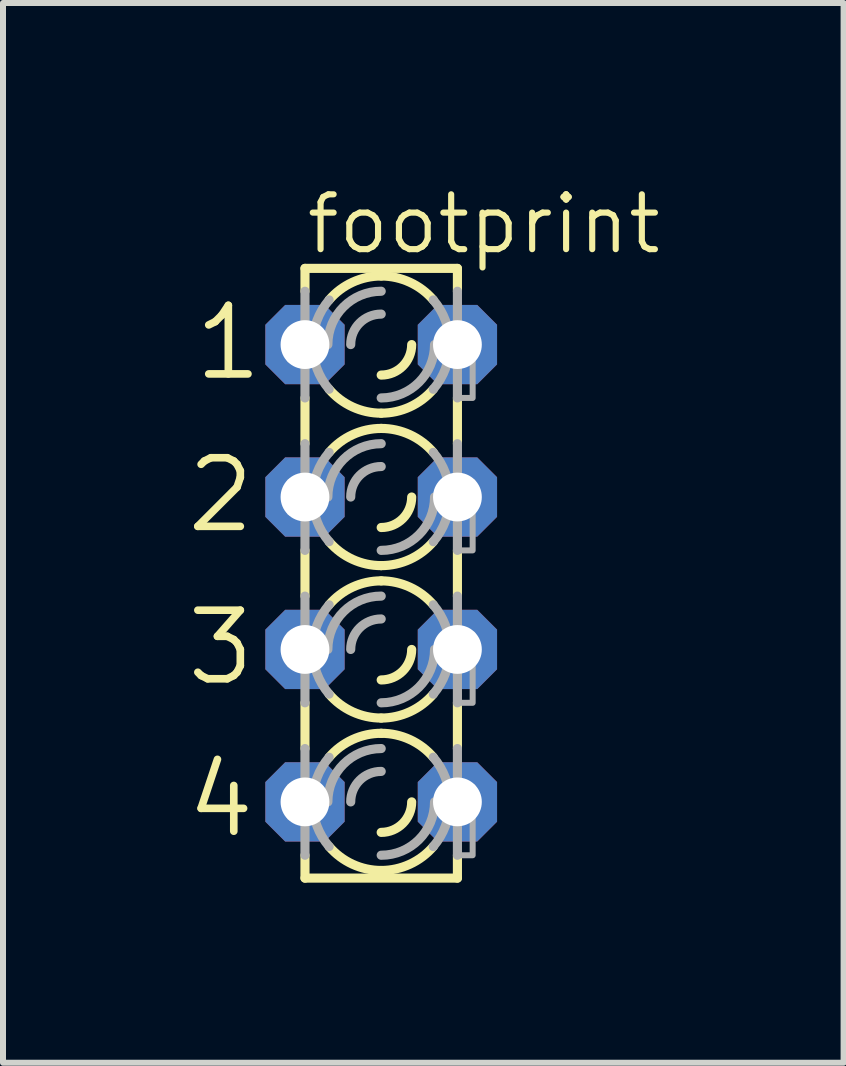
<source format=kicad_pcb>
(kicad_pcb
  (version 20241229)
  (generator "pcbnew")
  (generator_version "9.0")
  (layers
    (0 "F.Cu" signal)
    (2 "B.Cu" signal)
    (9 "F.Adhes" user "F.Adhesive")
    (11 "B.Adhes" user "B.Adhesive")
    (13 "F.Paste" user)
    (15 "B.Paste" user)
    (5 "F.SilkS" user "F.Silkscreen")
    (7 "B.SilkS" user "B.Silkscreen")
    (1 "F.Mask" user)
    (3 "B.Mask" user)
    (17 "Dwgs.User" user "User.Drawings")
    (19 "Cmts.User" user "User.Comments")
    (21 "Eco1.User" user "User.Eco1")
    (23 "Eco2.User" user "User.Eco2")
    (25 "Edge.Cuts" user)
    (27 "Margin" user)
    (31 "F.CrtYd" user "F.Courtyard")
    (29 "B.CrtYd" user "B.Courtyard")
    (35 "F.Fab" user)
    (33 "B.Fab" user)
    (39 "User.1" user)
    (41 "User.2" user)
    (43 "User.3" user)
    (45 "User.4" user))
  (footprint "footprint"
    (layer "F.Cu")
    (at 3.302 6.502)
    (property "Reference" "footprint" (at -1.295 -5.283 0) (layer "F.SilkS") (effects (font (size 0.914 0.914) (thickness 0.102)) (justify left bottom)))
    (fp_line (start -1.27 -5.08) (end -1.27 -4.699) (stroke (width 0.152) (type solid)) (layer "F.SilkS"))
    (fp_line (start -1.27 -2.921) (end -1.27 -2.159) (stroke (width 0.152) (type solid)) (layer "F.SilkS"))
    (fp_line (start -1.27 -0.381) (end -1.27 0.381) (stroke (width 0.152) (type solid)) (layer "F.SilkS"))
    (fp_line (start -1.27 2.159) (end -1.27 2.921) (stroke (width 0.152) (type solid)) (layer "F.SilkS"))
    (fp_line (start -1.27 5.08) (end -1.27 4.699) (stroke (width 0.152) (type solid)) (layer "F.SilkS"))
    (fp_line (start 1.27 -5.08) (end -1.27 -5.08) (stroke (width 0.152) (type solid)) (layer "F.SilkS"))
    (fp_line (start 1.27 -5.08) (end 1.27 -4.699) (stroke (width 0.152) (type solid)) (layer "F.SilkS"))
    (fp_line (start 1.27 -2.921) (end 1.27 -2.159) (stroke (width 0.152) (type solid)) (layer "F.SilkS"))
    (fp_line (start 1.27 -0.381) (end 1.27 0.381) (stroke (width 0.152) (type solid)) (layer "F.SilkS"))
    (fp_line (start 1.27 2.159) (end 1.27 2.921) (stroke (width 0.152) (type solid)) (layer "F.SilkS"))
    (fp_line (start 1.27 5.08) (end -1.27 5.08) (stroke (width 0.152) (type solid)) (layer "F.SilkS"))
    (fp_line (start 1.27 5.08) (end 1.27 4.699) (stroke (width 0.152) (type solid)) (layer "F.SilkS"))
    (fp_arc (start -0.8678 -4.5539) (mid -0.477588 -4.848445) (end 0 -4.953001) (stroke (width 0.1524) (type solid)) (layer "F.SilkS"))
    (fp_arc (start -0.8678 -2.0139) (mid -0.477588 -2.308445) (end 0 -2.413001) (stroke (width 0.1524) (type solid)) (layer "F.SilkS"))
    (fp_arc (start -0.8678 0.5261) (mid -0.477588 0.231555) (end -0.000001 0.126999) (stroke (width 0.1524) (type solid)) (layer "F.SilkS"))
    (fp_arc (start -0.8678 3.0661) (mid -0.477588 2.771555) (end -0.000001 2.666999) (stroke (width 0.1524) (type solid)) (layer "F.SilkS"))
    (fp_arc (start -0.000001 -2.666999) (mid -0.477588 -2.771555) (end -0.8678 -3.0661) (stroke (width 0.1524) (type solid)) (layer "F.SilkS"))
    (fp_arc (start -0.000001 -0.126999) (mid -0.477588 -0.231555) (end -0.8678 -0.5261) (stroke (width 0.1524) (type solid)) (layer "F.SilkS"))
    (fp_arc (start 0 -4.953) (mid 0.477588 -4.848444) (end 0.8678 -4.553899) (stroke (width 0.1524) (type solid)) (layer "F.SilkS"))
    (fp_arc (start 0 -2.413) (mid 0.477588 -2.308444) (end 0.8678 -2.013899) (stroke (width 0.1524) (type solid)) (layer "F.SilkS"))
    (fp_arc (start 0 0.127) (mid 0.477587 0.231556) (end 0.867799 0.5261) (stroke (width 0.1524) (type solid)) (layer "F.SilkS"))
    (fp_arc (start 0 2.413001) (mid -0.477588 2.308445) (end -0.8678 2.0139) (stroke (width 0.1524) (type solid)) (layer "F.SilkS"))
    (fp_arc (start 0 2.667) (mid 0.477587 2.771556) (end 0.867799 3.0661) (stroke (width 0.1524) (type solid)) (layer "F.SilkS"))
    (fp_arc (start 0 4.953001) (mid -0.477588 4.848445) (end -0.8678 4.5539) (stroke (width 0.1524) (type solid)) (layer "F.SilkS"))
    (fp_arc (start 0.508 -3.81) (mid 0.35921 -3.45079) (end 0 -3.302) (stroke (width 0.1524) (type solid)) (layer "F.SilkS"))
    (fp_arc (start 0.508 -1.27) (mid 0.35921 -0.91079) (end 0 -0.762) (stroke (width 0.1524) (type solid)) (layer "F.SilkS"))
    (fp_arc (start 0.508 1.27) (mid 0.35921 1.62921) (end 0 1.778) (stroke (width 0.1524) (type solid)) (layer "F.SilkS"))
    (fp_arc (start 0.508 3.81) (mid 0.35921 4.16921) (end 0 4.318) (stroke (width 0.1524) (type solid)) (layer "F.SilkS"))
    (fp_arc (start 0.867799 -3.0661) (mid 0.477587 -2.771556) (end 0 -2.667) (stroke (width 0.1524) (type solid)) (layer "F.SilkS"))
    (fp_arc (start 0.867799 -0.5261) (mid 0.477587 -0.231556) (end 0 -0.127) (stroke (width 0.1524) (type solid)) (layer "F.SilkS"))
    (fp_arc (start 0.8678 2.013899) (mid 0.477588 2.308444) (end 0 2.413) (stroke (width 0.1524) (type solid)) (layer "F.SilkS"))
    (fp_arc (start 0.8678 4.553899) (mid 0.477588 4.848444) (end 0 4.953) (stroke (width 0.1524) (type solid)) (layer "F.SilkS"))
    (fp_line (start -1.27 -2.921) (end -1.27 -4.699) (stroke (width 0.152) (type solid)) (layer "F.Fab"))
    (fp_line (start -1.27 -0.381) (end -1.27 -2.159) (stroke (width 0.152) (type solid)) (layer "F.Fab"))
    (fp_line (start -1.27 2.159) (end -1.27 0.381) (stroke (width 0.152) (type solid)) (layer "F.Fab"))
    (fp_line (start -1.27 4.699) (end -1.27 2.921) (stroke (width 0.152) (type solid)) (layer "F.Fab"))
    (fp_line (start 1.27 -2.921) (end 1.27 -4.699) (stroke (width 0.152) (type solid)) (layer "F.Fab"))
    (fp_line (start 1.27 -0.381) (end 1.27 -2.159) (stroke (width 0.152) (type solid)) (layer "F.Fab"))
    (fp_line (start 1.27 2.159) (end 1.27 0.381) (stroke (width 0.152) (type solid)) (layer "F.Fab"))
    (fp_line (start 1.27 4.699) (end 1.27 2.921) (stroke (width 0.152) (type solid)) (layer "F.Fab"))
    (fp_arc (start -1.143 -3.81) (mid -1.071949 -4.206597) (end -0.8677 -4.5539) (stroke (width 0.1524) (type solid)) (layer "F.Fab"))
    (fp_arc (start -1.143 -1.27) (mid -1.071949 -1.666597) (end -0.8677 -2.0139) (stroke (width 0.1524) (type solid)) (layer "F.Fab"))
    (fp_arc (start -1.143 1.27) (mid -1.071997 0.873413) (end -0.867801 0.5261) (stroke (width 0.1524) (type solid)) (layer "F.Fab"))
    (fp_arc (start -1.143 3.81) (mid -1.071997 3.413413) (end -0.867801 3.0661) (stroke (width 0.1524) (type solid)) (layer "F.Fab"))
    (fp_arc (start -0.889 -3.81) (mid -0.628618 -4.438618) (end 0 -4.699) (stroke (width 0.1524) (type solid)) (layer "F.Fab"))
    (fp_arc (start -0.889 -1.27) (mid -0.628618 -1.898618) (end 0 -2.159) (stroke (width 0.1524) (type solid)) (layer "F.Fab"))
    (fp_arc (start -0.889 1.27) (mid -0.628618 0.641382) (end 0 0.381) (stroke (width 0.1524) (type solid)) (layer "F.Fab"))
    (fp_arc (start -0.889 3.81) (mid -0.628618 3.181382) (end 0 2.921) (stroke (width 0.1524) (type solid)) (layer "F.Fab"))
    (fp_arc (start -0.867801 -3.0661) (mid -1.071997 -3.413413) (end -1.143 -3.81) (stroke (width 0.1524) (type solid)) (layer "F.Fab"))
    (fp_arc (start -0.867801 -0.5261) (mid -1.071997 -0.873413) (end -1.143 -1.27) (stroke (width 0.1524) (type solid)) (layer "F.Fab"))
    (fp_arc (start -0.8677 2.0139) (mid -1.071949 1.666597) (end -1.143 1.27) (stroke (width 0.1524) (type solid)) (layer "F.Fab"))
    (fp_arc (start -0.8677 4.5539) (mid -1.071949 4.206597) (end -1.143 3.81) (stroke (width 0.1524) (type solid)) (layer "F.Fab"))
    (fp_arc (start -0.508 -3.81) (mid -0.35921 -4.16921) (end 0 -4.318) (stroke (width 0.1524) (type solid)) (layer "F.Fab"))
    (fp_arc (start -0.508 -1.27) (mid -0.35921 -1.62921) (end 0 -1.778) (stroke (width 0.1524) (type solid)) (layer "F.Fab"))
    (fp_arc (start -0.508 1.27) (mid -0.35921 0.91079) (end 0 0.762) (stroke (width 0.1524) (type solid)) (layer "F.Fab"))
    (fp_arc (start -0.508 3.81) (mid -0.35921 3.45079) (end 0 3.302) (stroke (width 0.1524) (type solid)) (layer "F.Fab"))
    (fp_arc (start 0.8678 -4.5539) (mid 1.072043 -4.206595) (end 1.1431 -3.81) (stroke (width 0.1524) (type solid)) (layer "F.Fab"))
    (fp_arc (start 0.8678 -2.0139) (mid 1.072043 -1.666595) (end 1.1431 -1.27) (stroke (width 0.1524) (type solid)) (layer "F.Fab"))
    (fp_arc (start 0.8678 0.5261) (mid 1.071949 0.873421) (end 1.1429 1.27) (stroke (width 0.1524) (type solid)) (layer "F.Fab"))
    (fp_arc (start 0.8678 3.0661) (mid 1.071949 3.413421) (end 1.1429 3.81) (stroke (width 0.1524) (type solid)) (layer "F.Fab"))
    (fp_arc (start 0.889 -3.81) (mid 0.628618 -3.181382) (end 0 -2.921) (stroke (width 0.1524) (type solid)) (layer "F.Fab"))
    (fp_arc (start 0.889 -1.27) (mid 0.628618 -0.641382) (end 0 -0.381) (stroke (width 0.1524) (type solid)) (layer "F.Fab"))
    (fp_arc (start 0.889 1.27) (mid 0.628618 1.898618) (end 0 2.159) (stroke (width 0.1524) (type solid)) (layer "F.Fab"))
    (fp_arc (start 0.889 3.81) (mid 0.628618 4.438618) (end 0 4.699) (stroke (width 0.1524) (type solid)) (layer "F.Fab"))
    (fp_arc (start 1.1429 -3.81) (mid 1.071949 -3.413421) (end 0.8678 -3.0661) (stroke (width 0.1524) (type solid)) (layer "F.Fab"))
    (fp_arc (start 1.1429 -1.27) (mid 1.071949 -0.873421) (end 0.8678 -0.5261) (stroke (width 0.1524) (type solid)) (layer "F.Fab"))
    (fp_arc (start 1.1431 1.27) (mid 1.072043 1.666594) (end 0.8678 2.0139) (stroke (width 0.1524) (type solid)) (layer "F.Fab"))
    (fp_arc (start 1.1431 3.81) (mid 1.072043 4.206594) (end 0.8678 4.5539) (stroke (width 0.1524) (type solid)) (layer "F.Fab"))
    (fp_poly (pts (xy -1.524 -3.556) (xy -1.27 -3.556) (xy -1.27 -4.064) (xy -1.524 -4.064)) (stroke (width 0.1) (type solid)) (fill no) (layer "F.Fab"))
    (fp_poly (pts (xy -1.524 -1.016) (xy -1.27 -1.016) (xy -1.27 -1.524) (xy -1.524 -1.524)) (stroke (width 0.1) (type solid)) (fill no) (layer "F.Fab"))
    (fp_poly (pts (xy -1.524 1.524) (xy -1.27 1.524) (xy -1.27 1.016) (xy -1.524 1.016)) (stroke (width 0.1) (type solid)) (fill no) (layer "F.Fab"))
    (fp_poly (pts (xy -1.524 4.064) (xy -1.27 4.064) (xy -1.27 3.556) (xy -1.524 3.556)) (stroke (width 0.1) (type solid)) (fill no) (layer "F.Fab"))
    (fp_poly (pts (xy 1.27 -2.921) (xy 1.524 -2.921) (xy 1.524 -4.064) (xy 1.27 -4.064)) (stroke (width 0.1) (type solid)) (fill no) (layer "F.Fab"))
    (fp_poly (pts (xy 1.27 -0.381) (xy 1.524 -0.381) (xy 1.524 -1.524) (xy 1.27 -1.524)) (stroke (width 0.1) (type solid)) (fill no) (layer "F.Fab"))
    (fp_poly (pts (xy 1.27 2.159) (xy 1.524 2.159) (xy 1.524 1.016) (xy 1.27 1.016)) (stroke (width 0.1) (type solid)) (fill no) (layer "F.Fab"))
    (fp_poly (pts (xy 1.27 4.699) (xy 1.524 4.699) (xy 1.524 3.556) (xy 1.27 3.556)) (stroke (width 0.1) (type solid)) (fill no) (layer "F.Fab"))
    (fp_text user "4" (at -3.302 4.445 0) (layer "F.SilkS") (effects (font (size 1.143 1.143) (thickness 0.127)) (justify left bottom)))
    (fp_text user "2" (at -3.302 -0.635 0) (layer "F.SilkS") (effects (font (size 1.143 1.143) (thickness 0.127)) (justify left bottom)))
    (fp_text user "3" (at -3.302 1.905 0) (layer "F.SilkS") (effects (font (size 1.143 1.143) (thickness 0.127)) (justify left bottom)))
    (fp_text user "1" (at -3.175 -3.175 0) (layer "F.SilkS") (effects (font (size 1.143 1.143) (thickness 0.127)) (justify left bottom)))
    (pad "A1" thru_hole roundrect (at -1.27 -3.81) (size 1.321 1.321) (drill 0.813) (layers "*.Cu" "*.Mask") (roundrect_rratio 0.25) (chamfer_ratio 0.25) (chamfer top_left top_right bottom_left bottom_right))
    (pad "A2" thru_hole roundrect (at -1.27 -1.27) (size 1.321 1.321) (drill 0.813) (layers "*.Cu" "*.Mask") (roundrect_rratio 0.25) (chamfer_ratio 0.25) (chamfer top_left top_right bottom_left bottom_right))
    (pad "A3" thru_hole roundrect (at -1.27 1.27) (size 1.321 1.321) (drill 0.813) (layers "*.Cu" "*.Mask") (roundrect_rratio 0.25) (chamfer_ratio 0.25) (chamfer top_left top_right bottom_left bottom_right))
    (pad "A4" thru_hole roundrect (at -1.27 3.81) (size 1.321 1.321) (drill 0.813) (layers "*.Cu" "*.Mask") (roundrect_rratio 0.25) (chamfer_ratio 0.25) (chamfer top_left top_right bottom_left bottom_right))
    (pad "K1" thru_hole roundrect (at 1.27 -3.81) (size 1.321 1.321) (drill 0.813) (layers "*.Cu" "*.Mask") (roundrect_rratio 0.25) (chamfer_ratio 0.25) (chamfer top_left top_right bottom_left bottom_right))
    (pad "K2" thru_hole roundrect (at 1.27 -1.27) (size 1.321 1.321) (drill 0.813) (layers "*.Cu" "*.Mask") (roundrect_rratio 0.25) (chamfer_ratio 0.25) (chamfer top_left top_right bottom_left bottom_right))
    (pad "K3" thru_hole roundrect (at 1.27 1.27) (size 1.321 1.321) (drill 0.813) (layers "*.Cu" "*.Mask") (roundrect_rratio 0.25) (chamfer_ratio 0.25) (chamfer top_left top_right bottom_left bottom_right))
    (pad "K4" thru_hole roundrect (at 1.27 3.81) (size 1.321 1.321) (drill 0.813) (layers "*.Cu" "*.Mask") (roundrect_rratio 0.25) (chamfer_ratio 0.25) (chamfer top_left top_right bottom_left bottom_right)))
  (gr_rect
    (start -3 -3)
    (end 11.007 14.659)
    (stroke (width 0.1) (type default))
    (fill no)
    (layer "Edge.Cuts")))
</source>
